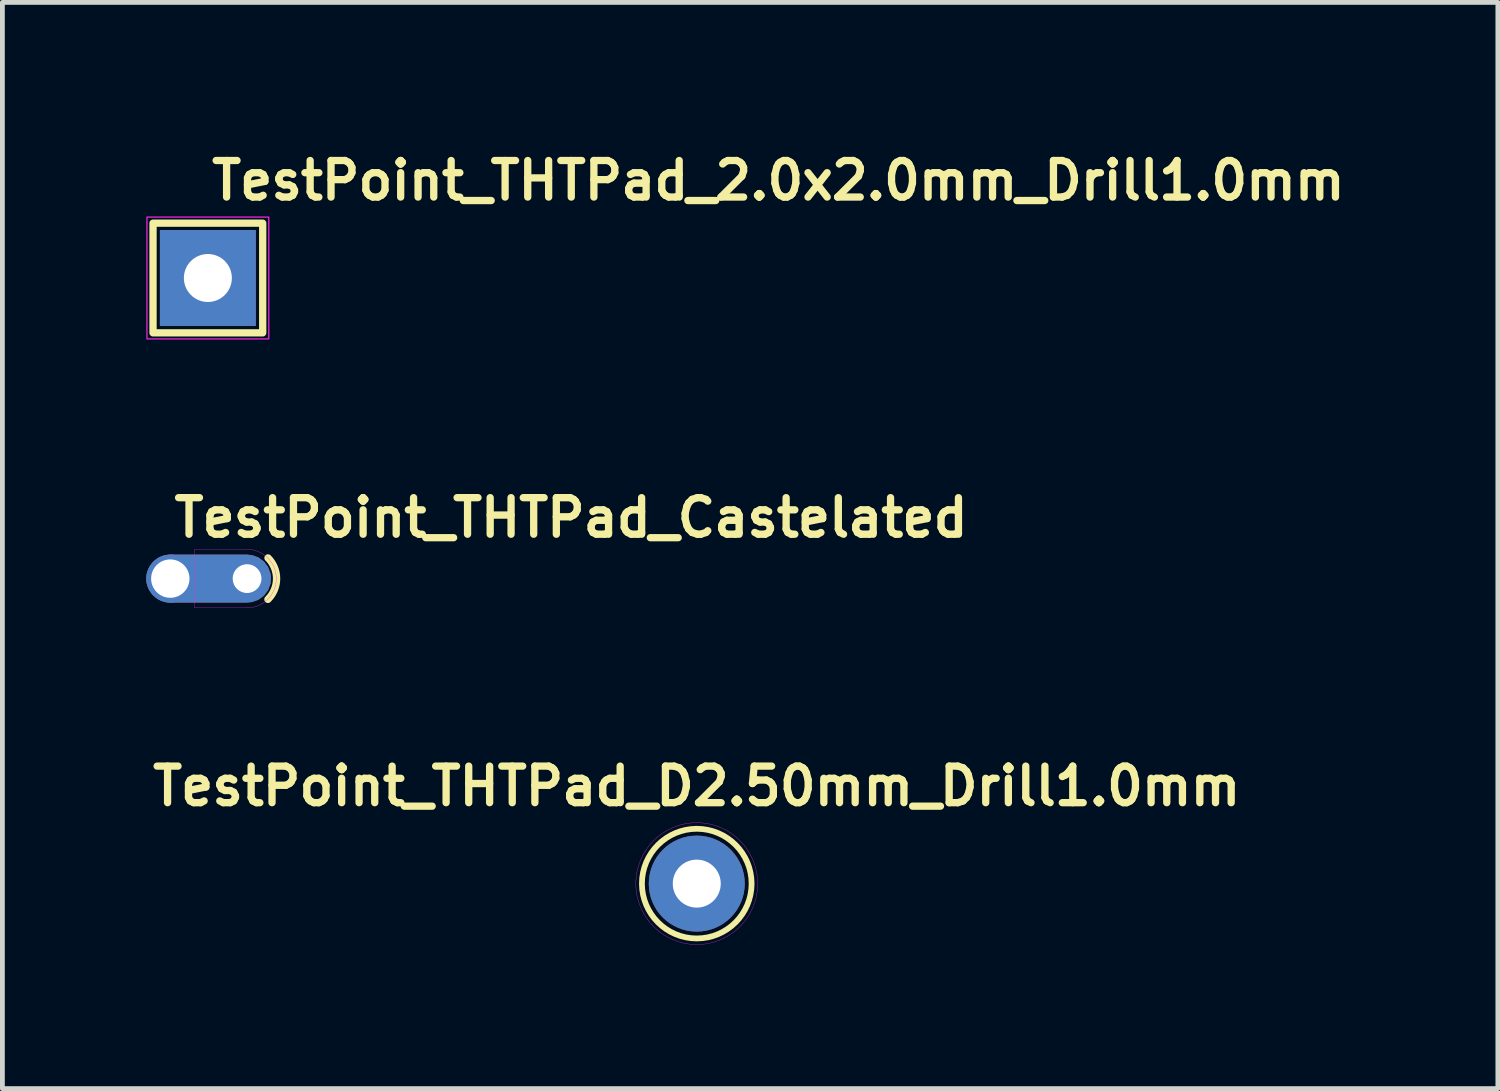
<source format=kicad_pcb>
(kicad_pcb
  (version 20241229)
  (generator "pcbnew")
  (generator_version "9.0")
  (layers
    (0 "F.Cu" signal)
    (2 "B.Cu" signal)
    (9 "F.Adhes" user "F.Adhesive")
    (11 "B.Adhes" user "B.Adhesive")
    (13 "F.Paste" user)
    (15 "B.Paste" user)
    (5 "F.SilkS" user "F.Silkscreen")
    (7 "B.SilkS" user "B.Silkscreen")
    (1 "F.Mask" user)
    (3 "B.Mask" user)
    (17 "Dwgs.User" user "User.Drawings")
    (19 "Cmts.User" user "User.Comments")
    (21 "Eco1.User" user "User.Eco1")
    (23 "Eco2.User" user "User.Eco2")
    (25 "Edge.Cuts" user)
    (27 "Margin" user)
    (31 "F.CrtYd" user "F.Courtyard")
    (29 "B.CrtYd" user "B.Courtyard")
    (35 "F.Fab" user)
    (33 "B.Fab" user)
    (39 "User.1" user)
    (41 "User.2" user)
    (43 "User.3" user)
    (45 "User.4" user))
  (footprint "TestPoint_THTPad_Castelated"
    (layer "F.Cu")
    (at 0.5 9.011)
    (property "Reference" "TestPoint_THTPad_Castelated" (at 0 -1.27 0) (unlocked yes) (layer "F.SilkS") (effects (font (size 0.762 0.762) (thickness 0.152)) (justify left)))
    (attr through_hole)
    (fp_arc (start 2.036734 -0.431051) (mid 2.215279 0.001265) (end 2.034942 0.432836) (stroke (width 0.1524) (type default)) (layer "F.SilkS"))
    (fp_line (start 0.508 -0.61) (end 0.508 0.61) (stroke (width 0.006) (type default)) (layer "F.CrtYd"))
    (fp_line (start 0.508 0.61) (end 1.6 0.61) (stroke (width 0.006) (type default)) (layer "F.CrtYd"))
    (fp_line (start 1.6 -0.61) (end 0.508 -0.61) (stroke (width 0.006) (type default)) (layer "F.CrtYd"))
    (fp_arc (start 1.6002 -0.6096) (mid 2.031252 -0.431052) (end 2.2098 0) (stroke (width 0.00635) (type default)) (layer "F.CrtYd"))
    (fp_arc (start 2.2098 0) (mid 2.031252 0.431052) (end 1.6002 0.6096) (stroke (width 0.00635) (type default)) (layer "F.CrtYd"))
    (pad "1" thru_hole circle (at 0 0) (size 1 1) (drill 0.8) (property pad_prop_castellated) (layers "*.Cu" "*.Mask"))
    (pad "1" thru_hole roundrect (at 1.6 0) (size 2.6 1) (drill 0.6 (offset -0.8 0)) (layers "*.Cu" "*.Mask") (roundrect_rratio 0.5)))
  (footprint "TestPoint_THTPad_D2.50mm_Drill1.0mm"
    (layer "F.Cu")
    (at 11.474 15.369)
    (property "Reference" "TestPoint_THTPad_D2.50mm_Drill1.0mm" (at 0 -2.032 0) (layer "F.SilkS") (effects (font (size 0.762 0.762) (thickness 0.152) (bold yes))))
    (attr through_hole)
    (fp_circle (center 0 0) (end 1.143 0) (stroke (width 0.12) (type solid)) (fill no) (layer "F.SilkS"))
    (fp_circle (center 0 0) (end 1.27 0) (stroke (width 0.006) (type solid)) (fill no) (layer "F.CrtYd"))
    (pad "1" thru_hole circle (at 0 0) (size 2 2) (drill 1) (layers "*.Cu" "*.Mask")))
  (footprint "TestPoint_THTPad_2.0x2.0mm_Drill1.0mm"
    (layer "F.Cu")
    (at 1.283 2.745)
    (property "Reference" "TestPoint_THTPad_2.0x2.0mm_Drill1.0mm" (at 0 -2.032 0) (layer "F.SilkS") (effects (font (size 0.762 0.762) (thickness 0.152) (bold yes)) (justify left)))
    (attr exclude_from_pos_files exclude_from_bom)
    (fp_rect (start -1.143 -1.143) (end 1.143 1.143) (stroke (width 0.152) (type default)) (fill no) (layer "F.SilkS"))
    (fp_rect (start -1.27 1.27) (end 1.27 -1.27) (stroke (width 0.025) (type default)) (fill no) (layer "F.CrtYd"))
    (pad "1" thru_hole rect (at 0 0) (size 2 2) (drill 1) (layers "*.Cu" "*.Mask")))
  (gr_rect
    (start -3 -3)
    (end 28.173 19.642)
    (stroke (width 0.1) (type default))
    (fill no)
    (layer "Edge.Cuts")))
</source>
